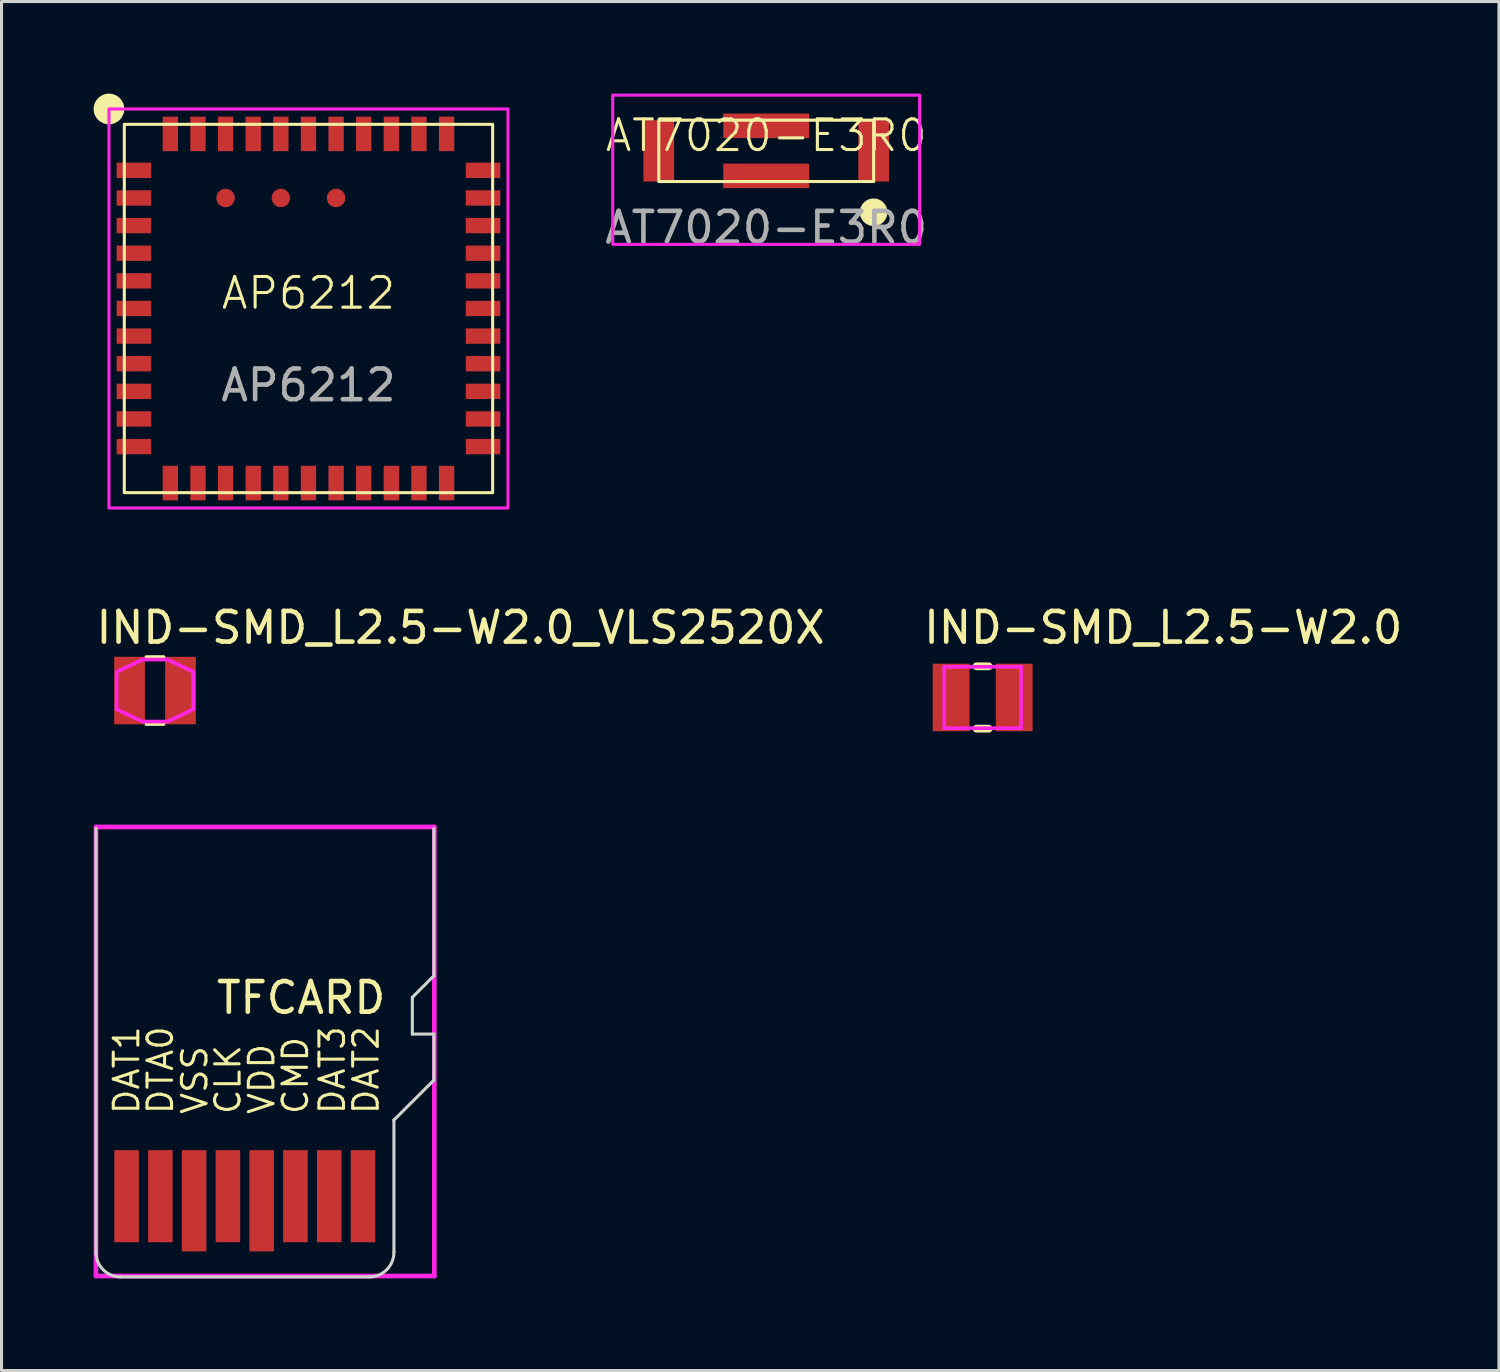
<source format=kicad_pcb>
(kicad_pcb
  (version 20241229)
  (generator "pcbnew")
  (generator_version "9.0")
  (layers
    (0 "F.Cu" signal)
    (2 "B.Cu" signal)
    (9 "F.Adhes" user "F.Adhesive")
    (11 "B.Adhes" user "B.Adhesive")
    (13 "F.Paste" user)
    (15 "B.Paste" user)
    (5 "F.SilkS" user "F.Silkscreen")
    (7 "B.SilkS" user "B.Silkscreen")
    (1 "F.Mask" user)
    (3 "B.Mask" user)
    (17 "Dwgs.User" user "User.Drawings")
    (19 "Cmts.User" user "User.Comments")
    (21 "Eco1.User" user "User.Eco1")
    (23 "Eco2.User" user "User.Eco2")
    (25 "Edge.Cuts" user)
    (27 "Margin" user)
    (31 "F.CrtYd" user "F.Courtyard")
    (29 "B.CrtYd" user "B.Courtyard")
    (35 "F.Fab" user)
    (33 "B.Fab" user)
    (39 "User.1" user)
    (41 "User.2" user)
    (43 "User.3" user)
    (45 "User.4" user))
  (footprint "IND-SMD_L2.5-W2.0_VLS2520X"
    (layer "F.Cu")
    (at 2 19.448)
    (property "Reference" "IND-SMD_L2.5-W2.0_VLS2520X" (at -2 -2.05 0) (layer "F.SilkS") (effects (font (size 1 1) (thickness 0.15)) (justify left)))
    (attr through_hole)
    (fp_line (start -0.287 -1.1) (end 0.287 -1.1) (stroke (width 0.102) (type solid)) (layer "F.SilkS"))
    (fp_line (start 0.287 1.1) (end -0.287 1.1) (stroke (width 0.102) (type solid)) (layer "F.SilkS"))
    (fp_circle (center -1.26 1.01) (end -1.23 1.01) (stroke (width 0.06) (type solid)) (fill no) (layer "Eco2.User"))
    (fp_poly (pts (xy -0.42 1) (xy -1.26 0.61) (xy -1.26 -0.61) (xy -0.41 -1.01)) (stroke (width 0.12) (type solid)) (fill no) (layer "Eco2.User"))
    (fp_poly (pts (xy 0.41 1) (xy 1.25 0.61) (xy 1.25 -0.61) (xy 0.4 -1.01)) (stroke (width 0.12) (type solid)) (fill no) (layer "Eco2.User"))
    (fp_line (start -1.25 -0.61) (end -1.25 0.61) (stroke (width 0.12) (type solid)) (layer "F.CrtYd"))
    (fp_line (start -1.25 0.61) (end -0.41 1.01) (stroke (width 0.12) (type solid)) (layer "F.CrtYd"))
    (fp_line (start -0.41 1.01) (end 0.41 1.01) (stroke (width 0.12) (type solid)) (layer "F.CrtYd"))
    (fp_line (start -0.4 -1.01) (end -1.25 -0.61) (stroke (width 0.12) (type solid)) (layer "F.CrtYd"))
    (fp_line (start 0.4 -1.01) (end -0.4 -1.01) (stroke (width 0.12) (type solid)) (layer "F.CrtYd"))
    (fp_line (start 0.41 1.01) (end 1.25 0.61) (stroke (width 0.12) (type solid)) (layer "F.CrtYd"))
    (fp_line (start 1.25 -0.61) (end 0.4 -1.01) (stroke (width 0.12) (type solid)) (layer "F.CrtYd"))
    (fp_line (start 1.25 0.61) (end 1.25 -0.61) (stroke (width 0.12) (type solid)) (layer "F.CrtYd"))
    (pad "1" smd rect (at -0.83 0) (size 1 2.2) (layers "F.Cu" "F.Mask" "F.Paste"))
    (pad "2" smd rect (at 0.83 0) (size 1 2.2) (layers "F.Cu" "F.Mask" "F.Paste")))
  (footprint "TFCARD"
    (layer "F.Cu")
    (at 4.925 35.997)
    (property "Reference" "TFCARD" (at -1 -6.54 0) (layer "F.SilkS") (effects (font (size 1 1) (thickness 0.15)) (justify left)))
    (attr through_hole)
    (fp_line (start -4.849 1.754) (end -4.849 -12.056) (stroke (width 0.1) (type solid)) (layer "Edge.Cuts"))
    (fp_line (start -4.049 2.554) (end 4.059 2.554) (stroke (width 0.1) (type solid)) (layer "Edge.Cuts"))
    (fp_line (start 4.859 1.754) (end 4.859 -2.556) (stroke (width 0.1) (type solid)) (layer "Edge.Cuts"))
    (fp_line (start 5.459 -6.554) (end 5.459 -5.357) (stroke (width 0.1) (type solid)) (layer "Edge.Cuts"))
    (fp_line (start 5.459 -6.554) (end 6.16 -7.255) (stroke (width 0.1) (type default)) (layer "Edge.Cuts"))
    (fp_line (start 5.459 -5.357) (end 6.16 -5.357) (stroke (width 0.1) (type solid)) (layer "Edge.Cuts"))
    (fp_line (start 6.16 -7.255) (end 6.16 -12.056) (stroke (width 0.1) (type solid)) (layer "Edge.Cuts"))
    (fp_line (start 6.16 -3.855) (end 4.859 -2.556) (stroke (width 0.1) (type solid)) (layer "Edge.Cuts"))
    (fp_line (start 6.16 -3.855) (end 6.16 -5.357) (stroke (width 0.1) (type solid)) (layer "Edge.Cuts"))
    (fp_arc (start -4.049 2.554) (mid -4.614685 2.319685) (end -4.849 1.754) (stroke (width 0.1) (type solid)) (layer "Edge.Cuts"))
    (fp_arc (start 4.859001 1.754) (mid 4.624686 2.319685) (end 4.059001 2.554) (stroke (width 0.1) (type solid)) (layer "Edge.Cuts"))
    (fp_line (start -4.849 -12.105) (end 6.175 -12.105) (stroke (width 0.152) (type solid)) (layer "F.CrtYd"))
    (fp_line (start -4.849 2.525) (end -4.849 -12.105) (stroke (width 0.152) (type solid)) (layer "F.CrtYd"))
    (fp_line (start 6.175 -12.105) (end 6.175 2.525) (stroke (width 0.152) (type solid)) (layer "F.CrtYd"))
    (fp_line (start 6.175 2.525) (end -4.849 2.525) (stroke (width 0.152) (type solid)) (layer "F.CrtYd"))
    (fp_text user "VSS" (at -1.63 -2.69 90) (layer "F.SilkS") (effects (font (size 0.8 0.8) (thickness 0.1)) (justify left)))
    (fp_text user "CLK" (at -0.55 -2.685 90) (layer "F.SilkS") (effects (font (size 0.8 0.8) (thickness 0.1)) (justify left)))
    (fp_text user "DTA0" (at -2.75 -2.685 90) (layer "F.SilkS") (effects (font (size 0.8 0.8) (thickness 0.1)) (justify left)))
    (fp_text user "CMD" (at 1.65 -2.685 90) (layer "F.SilkS") (effects (font (size 0.8 0.8) (thickness 0.1)) (justify left)))
    (fp_text user "DAT3" (at 2.85 -2.685 90) (layer "F.SilkS") (effects (font (size 0.8 0.8) (thickness 0.1)) (justify left)))
    (fp_text user "DAT1" (at -3.85 -2.685 90) (layer "F.SilkS") (effects (font (size 0.8 0.8) (thickness 0.1)) (justify left)))
    (fp_text user "DAT2" (at 3.95 -2.685 90) (layer "F.SilkS") (effects (font (size 0.8 0.8) (thickness 0.1)) (justify left)))
    (fp_text user "VDD" (at 0.55 -2.685 90) (layer "F.SilkS") (effects (font (size 0.8 0.8) (thickness 0.1)) (justify left)))
    (pad "1" smd rect (at 3.85 -0.075 180) (size 0.8 3) (layers "F.Cu" "F.Mask" "F.Paste"))
    (pad "2" smd rect (at 2.751 -0.075 180) (size 0.8 3) (layers "F.Cu" "F.Mask" "F.Paste"))
    (pad "3" smd rect (at 1.65 -0.075 180) (size 0.8 3) (layers "F.Cu" "F.Mask" "F.Paste"))
    (pad "4" smd rect (at 0.55 0.075 180) (size 0.8 3.3) (layers "F.Cu" "F.Mask" "F.Paste"))
    (pad "5" smd rect (at -0.55 -0.075 180) (size 0.8 3) (layers "F.Cu" "F.Mask" "F.Paste"))
    (pad "6" smd rect (at -1.65 0.075 180) (size 0.8 3.3) (layers "F.Cu" "F.Mask" "F.Paste"))
    (pad "7" smd rect (at -2.75 -0.075 180) (size 0.8 3) (layers "F.Cu" "F.Mask" "F.Paste"))
    (pad "8" smd rect (at -3.85 -0.075 180) (size 0.8 3) (layers "F.Cu" "F.Mask" "F.Paste")))
  (footprint "IND-SMD_L2.5-W2.0"
    (layer "F.Cu")
    (at 28.964 19.673)
    (property "Reference" "IND-SMD_L2.5-W2.0" (at -2 -2.275 0) (layer "F.SilkS") (effects (font (size 1 1) (thickness 0.15)) (justify left)))
    (attr through_hole)
    (fp_line (start -0.197 1.016) (end 0.197 1.016) (stroke (width 0.254) (type solid)) (layer "F.SilkS"))
    (fp_line (start 0.197 -1.016) (end -0.197 -1.016) (stroke (width 0.254) (type solid)) (layer "F.SilkS"))
    (fp_circle (center -1.22 0.97) (end -1.19 0.97) (stroke (width 0.06) (type solid)) (fill no) (layer "Eco2.User"))
    (fp_poly (pts (xy -1.25 -1) (xy -0.45 -1) (xy -0.45 1) (xy -1.25 1)) (stroke (width 0.12) (type solid)) (fill no) (layer "Eco2.User"))
    (fp_poly (pts (xy 0.45 -1) (xy 1.25 -1) (xy 1.25 1) (xy 0.45 1)) (stroke (width 0.12) (type solid)) (fill no) (layer "Eco2.User"))
    (fp_line (start -1.25 -1) (end 1.25 -1) (stroke (width 0.12) (type solid)) (layer "F.CrtYd"))
    (fp_line (start -1.25 1) (end -1.25 -1) (stroke (width 0.12) (type solid)) (layer "F.CrtYd"))
    (fp_line (start 1.25 -1) (end 1.25 1) (stroke (width 0.12) (type solid)) (layer "F.CrtYd"))
    (fp_line (start 1.25 1) (end -1.25 1) (stroke (width 0.12) (type solid)) (layer "F.CrtYd"))
    (pad "1" smd rect (at 1.028 0) (size 1.2 2.2) (layers "F.Cu" "F.Mask" "F.Paste"))
    (pad "2" smd rect (at -1.028 0) (size 1.2 2.2) (layers "F.Cu" "F.Mask" "F.Paste")))
  (footprint "AP6212"
    (layer "F.Cu")
    (at 7 7)
    (property "Reference" "AP6212" (at 0 -0.5 0) (unlocked yes) (layer "F.SilkS") (effects (font (size 1 1) (thickness 0.1))))
    (attr smd)
    (fp_rect (start -6 -6) (end 6 6) (stroke (width 0.1) (type solid)) (fill no) (layer "F.SilkS"))
    (fp_circle (center -6.5 -6.5) (end -6.05 -6.5) (stroke (width 0.1) (type solid)) (fill yes) (layer "F.SilkS"))
    (fp_rect (start -6.5 -6.5) (end 6.5 6.5) (stroke (width 0.1) (type default)) (fill no) (layer "F.CrtYd"))
    (fp_text user "${REFERENCE}" (at 0 2.5 0) (unlocked yes) (layer "F.Fab") (effects (font (size 1 1) (thickness 0.15))))
    (pad "1" smd rect (at -5.688 -4.5) (size 1.125 0.5) (layers "F.Cu" "F.Mask" "F.Paste"))
    (pad "2" smd rect (at -5.688 -3.6) (size 1.125 0.5) (layers "F.Cu" "F.Mask" "F.Paste"))
    (pad "3" smd rect (at -5.688 -2.7) (size 1.125 0.5) (layers "F.Cu" "F.Mask" "F.Paste"))
    (pad "4" smd rect (at -5.688 -1.8) (size 1.125 0.5) (layers "F.Cu" "F.Mask" "F.Paste"))
    (pad "5" smd rect (at -5.688 -0.9) (size 1.125 0.5) (layers "F.Cu" "F.Mask" "F.Paste"))
    (pad "6" smd rect (at -5.688 0) (size 1.125 0.5) (layers "F.Cu" "F.Mask" "F.Paste"))
    (pad "7" smd rect (at -5.688 0.9) (size 1.125 0.5) (layers "F.Cu" "F.Mask" "F.Paste"))
    (pad "8" smd rect (at -5.688 1.8) (size 1.125 0.5) (layers "F.Cu" "F.Mask" "F.Paste"))
    (pad "9" smd rect (at -5.688 2.7) (size 1.125 0.5) (layers "F.Cu" "F.Mask" "F.Paste"))
    (pad "10" smd rect (at -5.688 3.6) (size 1.125 0.5) (layers "F.Cu" "F.Mask" "F.Paste"))
    (pad "11" smd rect (at -5.688 4.5) (size 1.125 0.5) (layers "F.Cu" "F.Mask" "F.Paste"))
    (pad "12" smd rect (at -4.5 5.688) (size 0.5 1.125) (layers "F.Cu" "F.Mask" "F.Paste"))
    (pad "13" smd rect (at -3.6 5.688) (size 0.5 1.125) (layers "F.Cu" "F.Mask" "F.Paste"))
    (pad "14" smd rect (at -2.7 5.688) (size 0.5 1.125) (layers "F.Cu" "F.Mask" "F.Paste"))
    (pad "15" smd rect (at -1.8 5.688) (size 0.5 1.125) (layers "F.Cu" "F.Mask" "F.Paste"))
    (pad "16" smd rect (at -0.9 5.688) (size 0.5 1.125) (layers "F.Cu" "F.Mask" "F.Paste"))
    (pad "17" smd rect (at 0 5.688) (size 0.5 1.125) (layers "F.Cu" "F.Mask" "F.Paste"))
    (pad "18" smd rect (at 0.9 5.688) (size 0.5 1.125) (layers "F.Cu" "F.Mask" "F.Paste"))
    (pad "19" smd rect (at 1.8 5.688) (size 0.5 1.125) (layers "F.Cu" "F.Mask" "F.Paste"))
    (pad "20" smd rect (at 2.7 5.688) (size 0.5 1.125) (layers "F.Cu" "F.Mask" "F.Paste"))
    (pad "21" smd rect (at 3.6 5.688) (size 0.5 1.125) (layers "F.Cu" "F.Mask" "F.Paste"))
    (pad "22" smd rect (at 4.5 5.688) (size 0.5 1.125) (layers "F.Cu" "F.Mask" "F.Paste"))
    (pad "23" smd rect (at 5.688 4.5) (size 1.125 0.5) (layers "F.Cu" "F.Mask" "F.Paste"))
    (pad "24" smd rect (at 5.688 3.6) (size 1.125 0.5) (layers "F.Cu" "F.Mask" "F.Paste"))
    (pad "25" smd rect (at 5.688 2.7) (size 1.125 0.5) (layers "F.Cu" "F.Mask" "F.Paste"))
    (pad "26" smd rect (at 5.688 1.8) (size 1.125 0.5) (layers "F.Cu" "F.Mask" "F.Paste"))
    (pad "27" smd rect (at 5.688 0.9) (size 1.125 0.5) (layers "F.Cu" "F.Mask" "F.Paste"))
    (pad "28" smd rect (at 5.688 0) (size 1.125 0.5) (layers "F.Cu" "F.Mask" "F.Paste"))
    (pad "29" smd rect (at 5.688 -0.9) (size 1.125 0.5) (layers "F.Cu" "F.Mask" "F.Paste"))
    (pad "30" smd rect (at 5.688 -1.8) (size 1.125 0.5) (layers "F.Cu" "F.Mask" "F.Paste"))
    (pad "31" smd rect (at 5.688 -2.7) (size 1.125 0.5) (layers "F.Cu" "F.Mask" "F.Paste"))
    (pad "32" smd rect (at 5.688 -3.6) (size 1.125 0.5) (layers "F.Cu" "F.Mask" "F.Paste"))
    (pad "33" smd rect (at 5.688 -4.5) (size 1.125 0.5) (layers "F.Cu" "F.Mask" "F.Paste"))
    (pad "34" smd rect (at 4.5 -5.688) (size 0.5 1.125) (layers "F.Cu" "F.Mask" "F.Paste"))
    (pad "35" smd rect (at 3.6 -5.688) (size 0.5 1.125) (layers "F.Cu" "F.Mask" "F.Paste"))
    (pad "36" smd rect (at 2.7 -5.688) (size 0.5 1.125) (layers "F.Cu" "F.Mask" "F.Paste"))
    (pad "37" smd rect (at 1.8 -5.688) (size 0.5 1.125) (layers "F.Cu" "F.Mask" "F.Paste"))
    (pad "38" smd rect (at 0.9 -5.688) (size 0.5 1.125) (layers "F.Cu" "F.Mask" "F.Paste"))
    (pad "39" smd rect (at 0 -5.688) (size 0.5 1.125) (layers "F.Cu" "F.Mask" "F.Paste"))
    (pad "40" smd rect (at -0.9 -5.688) (size 0.5 1.125) (layers "F.Cu" "F.Mask" "F.Paste"))
    (pad "41" smd rect (at -1.8 -5.688) (size 0.5 1.125) (layers "F.Cu" "F.Mask" "F.Paste"))
    (pad "42" smd rect (at -2.7 -5.688) (size 0.5 1.125) (layers "F.Cu" "F.Mask" "F.Paste"))
    (pad "43" smd rect (at -3.6 -5.688) (size 0.5 1.125) (layers "F.Cu" "F.Mask" "F.Paste"))
    (pad "44" smd rect (at -4.5 -5.688) (size 0.5 1.125) (layers "F.Cu" "F.Mask" "F.Paste"))
    (pad "45" smd circle (at -2.7 -3.6) (size 0.6 0.6) (layers "F.Cu" "F.Mask" "F.Paste"))
    (pad "46" smd circle (at -0.9 -3.6) (size 0.6 0.6) (layers "F.Cu" "F.Mask" "F.Paste"))
    (pad "47" smd circle (at 0.9 -3.6) (size 0.6 0.6) (layers "F.Cu" "F.Mask" "F.Paste")))
  (footprint "AT7020-E3R0"
    (layer "F.Cu")
    (at 21.913 1.865)
    (property "Reference" "AT7020-E3R0" (at 0 -0.5 0) (unlocked yes) (layer "F.SilkS") (effects (font (size 1 1) (thickness 0.1))))
    (attr smd)
    (fp_rect (start -3.5 -1) (end 3.5 1) (stroke (width 0.1) (type default)) (fill no) (layer "F.SilkS"))
    (fp_circle (center 3.5 2) (end 3.9 2) (stroke (width 0.1) (type solid)) (fill yes) (layer "F.SilkS"))
    (fp_rect (start -5 -1.815) (end 5 3.045) (stroke (width 0.1) (type default)) (fill no) (layer "F.CrtYd"))
    (fp_text user "${REFERENCE}" (at 0 2.5 0) (unlocked yes) (layer "F.Fab") (effects (font (size 1 1) (thickness 0.15))))
    (pad "1" smd rect (at 3.5 0) (size 1 2) (layers "F.Cu" "F.Mask" "F.Paste"))
    (pad "2" smd rect (at -3.5 0) (size 1 2) (layers "F.Cu" "F.Mask" "F.Paste"))
    (pad "3" smd rect (at 0 -0.815) (size 2.8 0.8) (layers "F.Cu" "F.Mask" "F.Paste"))
    (pad "4" smd rect (at 0 0.815) (size 2.8 0.8) (layers "F.Cu" "F.Mask" "F.Paste"))
    (zone (net_name "") (layers "F.Cu" "B.Cu") (hatch edge 0.5) (connect_pads) (min_thickness 0.25) (filled_areas_thickness no) (keepout (tracks allowed) (vias not_allowed) (pads allowed) (copperpour not_allowed) (footprints not_allowed)) (placement (enabled no)) (fill) (polygon (pts (xy 16.908 0.047) (xy 26.918 0.047) (xy 26.918 4.913) (xy 16.908 4.913)))))
  (gr_rect
    (start -3 -3)
    (end 45.786 41.601)
    (stroke (width 0.1) (type default))
    (fill no)
    (layer "Edge.Cuts")))
</source>
